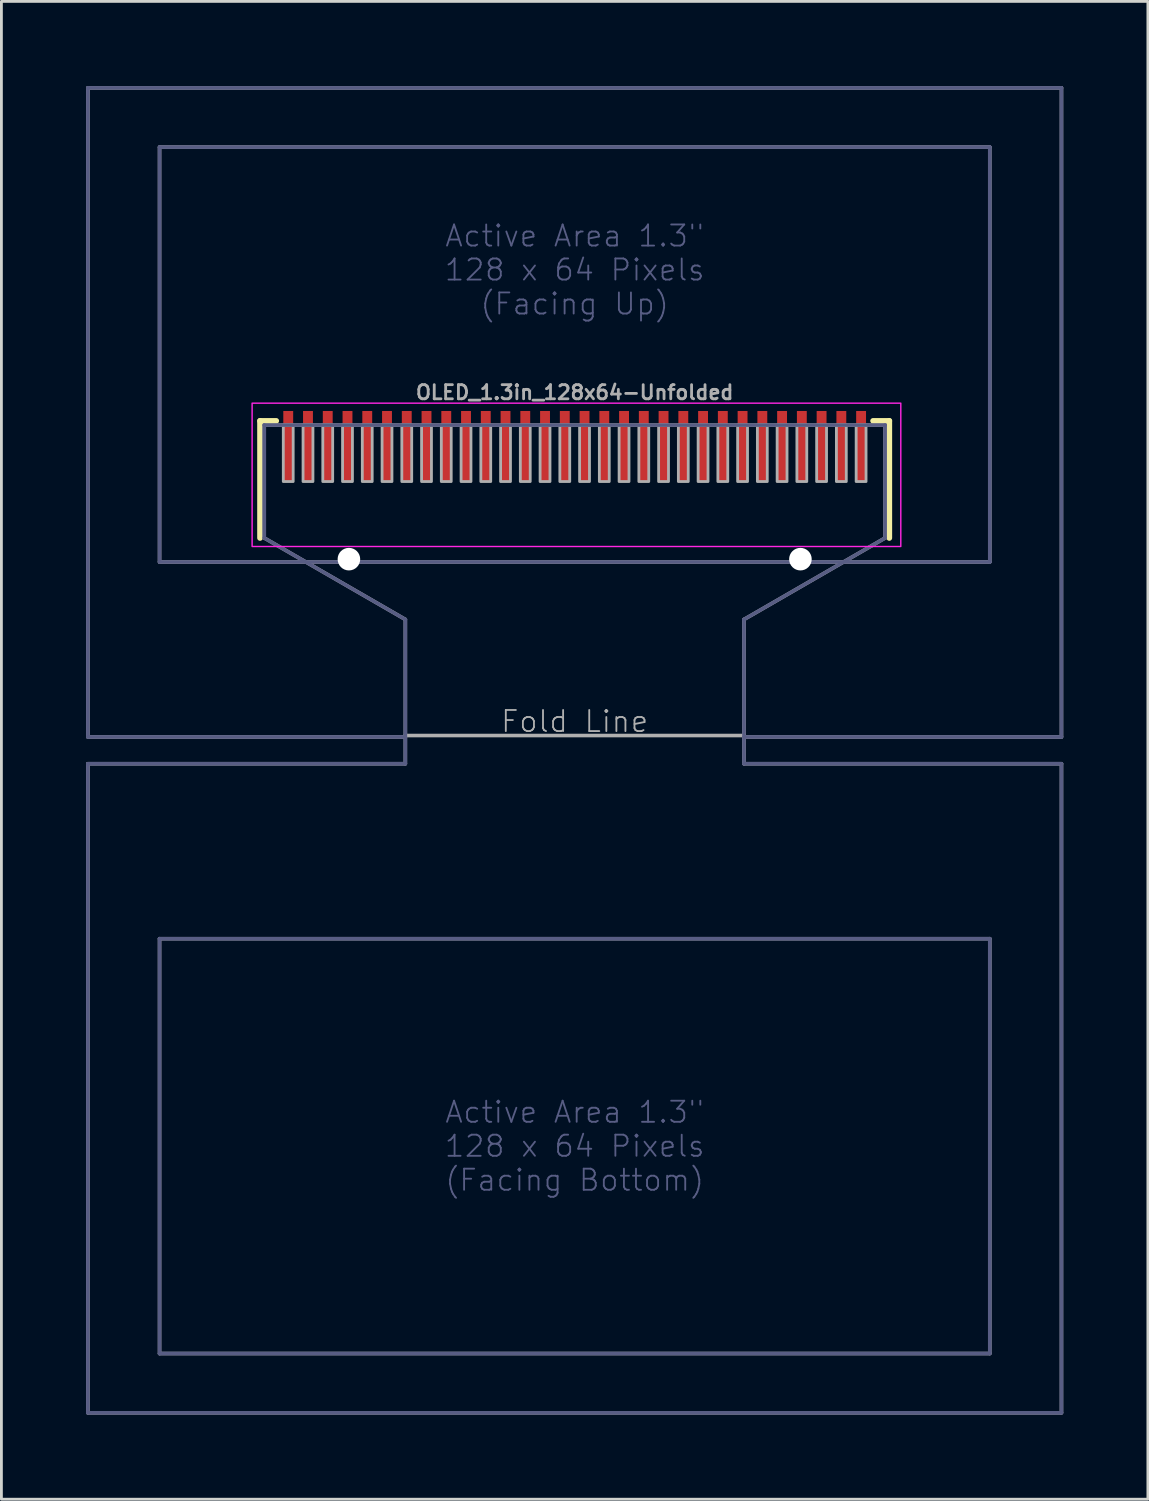
<source format=kicad_pcb>
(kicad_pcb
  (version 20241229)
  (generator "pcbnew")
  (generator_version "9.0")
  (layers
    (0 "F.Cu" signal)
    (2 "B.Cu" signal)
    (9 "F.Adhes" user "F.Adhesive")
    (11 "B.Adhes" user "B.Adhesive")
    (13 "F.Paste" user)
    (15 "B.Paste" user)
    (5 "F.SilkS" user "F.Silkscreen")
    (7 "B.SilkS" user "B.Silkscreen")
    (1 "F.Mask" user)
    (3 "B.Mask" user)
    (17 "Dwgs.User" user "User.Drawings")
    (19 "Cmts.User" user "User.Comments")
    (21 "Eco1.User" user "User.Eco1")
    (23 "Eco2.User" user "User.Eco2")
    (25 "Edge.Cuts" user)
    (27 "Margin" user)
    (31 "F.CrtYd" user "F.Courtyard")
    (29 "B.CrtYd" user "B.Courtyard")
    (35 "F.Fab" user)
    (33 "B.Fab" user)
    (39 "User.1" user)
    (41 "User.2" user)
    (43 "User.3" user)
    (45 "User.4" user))
  (footprint "OLED_1.3in_128x64-Unfolded"
    (layer "F.Cu")
    (at 17.314 13.014)
    (property "Reference" "OLED_1.3in_128x64-Unfolded" (at 0 -2.159 0) (unlocked yes) (layer "F.Fab") (effects (font (size 0.5 0.5) (thickness 0.1))))
    (fp_line (start -11.15 -1.15) (end -11.15 3) (stroke (width 0.2) (type solid)) (layer "F.SilkS"))
    (fp_line (start -10.575 -1.15) (end -11.15 -1.15) (stroke (width 0.2) (type solid)) (layer "F.SilkS"))
    (fp_line (start 10.575 -1.15) (end 11.15 -1.15) (stroke (width 0.2) (type solid)) (layer "F.SilkS"))
    (fp_line (start 11.15 -1.15) (end 11.15 3) (stroke (width 0.2) (type solid)) (layer "F.SilkS"))
    (fp_rect (start -11.43 -1.778) (end 11.557 3.302) (stroke (width 0.05) (type default)) (fill no) (layer "F.CrtYd"))
    (fp_line (start -17.25 -12.95) (end -17.25 10.05) (stroke (width 0.127) (type solid)) (layer "B.Fab"))
    (fp_line (start -17.25 10.05) (end -6 10.05) (stroke (width 0.127) (type solid)) (layer "B.Fab"))
    (fp_line (start -17.25 11) (end -17.25 34) (stroke (width 0.127) (type solid)) (layer "B.Fab"))
    (fp_line (start -17.25 34) (end 17.25 34) (stroke (width 0.127) (type solid)) (layer "B.Fab"))
    (fp_line (start -14.71 -10.85) (end -14.71 3.85) (stroke (width 0.127) (type solid)) (layer "B.Fab"))
    (fp_line (start -14.71 3.85) (end 14.71 3.85) (stroke (width 0.127) (type solid)) (layer "B.Fab"))
    (fp_line (start -14.71 17.2) (end -14.71 31.9) (stroke (width 0.127) (type solid)) (layer "B.Fab"))
    (fp_line (start -14.71 31.9) (end 14.71 31.9) (stroke (width 0.127) (type solid)) (layer "B.Fab"))
    (fp_line (start -11 -1) (end -11 3) (stroke (width 0.127) (type solid)) (layer "B.Fab"))
    (fp_line (start -11 3) (end -6 5.887) (stroke (width 0.127) (type solid)) (layer "B.Fab"))
    (fp_line (start -6 5.887) (end -6 11) (stroke (width 0.127) (type solid)) (layer "B.Fab"))
    (fp_line (start -6 11) (end -17.25 11) (stroke (width 0.127) (type solid)) (layer "B.Fab"))
    (fp_line (start 6 5.887) (end 11 3) (stroke (width 0.127) (type solid)) (layer "B.Fab"))
    (fp_line (start 6 10.05) (end 17.25 10.05) (stroke (width 0.127) (type solid)) (layer "B.Fab"))
    (fp_line (start 6 11) (end 6 5.887) (stroke (width 0.127) (type solid)) (layer "B.Fab"))
    (fp_line (start 11 -1) (end -11 -1) (stroke (width 0.127) (type solid)) (layer "B.Fab"))
    (fp_line (start 11 3) (end 11 -1) (stroke (width 0.127) (type solid)) (layer "B.Fab"))
    (fp_line (start 14.71 -10.85) (end -14.71 -10.85) (stroke (width 0.127) (type solid)) (layer "B.Fab"))
    (fp_line (start 14.71 3.85) (end 14.71 -10.85) (stroke (width 0.127) (type solid)) (layer "B.Fab"))
    (fp_line (start 14.71 17.2) (end -14.71 17.2) (stroke (width 0.127) (type solid)) (layer "B.Fab"))
    (fp_line (start 14.71 31.9) (end 14.71 17.2) (stroke (width 0.127) (type solid)) (layer "B.Fab"))
    (fp_line (start 17.25 -12.95) (end -17.25 -12.95) (stroke (width 0.127) (type solid)) (layer "B.Fab"))
    (fp_line (start 17.25 10.05) (end 17.25 -12.95) (stroke (width 0.127) (type solid)) (layer "B.Fab"))
    (fp_line (start 17.25 11) (end 6 11) (stroke (width 0.127) (type solid)) (layer "B.Fab"))
    (fp_line (start 17.25 34) (end 17.25 11) (stroke (width 0.127) (type solid)) (layer "B.Fab"))
    (fp_line (start -17.25 -12.95) (end -17.25 10.05) (stroke (width 0.127) (type solid)) (layer "F.Fab"))
    (fp_line (start -17.25 10.05) (end -6 10.05) (stroke (width 0.127) (type solid)) (layer "F.Fab"))
    (fp_line (start -17.25 11) (end -17.25 34) (stroke (width 0.127) (type solid)) (layer "F.Fab"))
    (fp_line (start -17.25 34) (end 17.25 34) (stroke (width 0.127) (type solid)) (layer "F.Fab"))
    (fp_line (start -14.71 -10.85) (end -14.71 3.85) (stroke (width 0.127) (type solid)) (layer "F.Fab"))
    (fp_line (start -14.71 3.85) (end 14.71 3.85) (stroke (width 0.127) (type solid)) (layer "F.Fab"))
    (fp_line (start -14.71 17.2) (end -14.71 31.9) (stroke (width 0.127) (type solid)) (layer "F.Fab"))
    (fp_line (start -14.71 31.9) (end 14.71 31.9) (stroke (width 0.127) (type solid)) (layer "F.Fab"))
    (fp_line (start -11 -1) (end -11 3) (stroke (width 0.127) (type solid)) (layer "F.Fab"))
    (fp_line (start -11 3) (end -6 5.887) (stroke (width 0.127) (type solid)) (layer "F.Fab"))
    (fp_line (start -6 5.887) (end -6 10) (stroke (width 0.127) (type solid)) (layer "F.Fab"))
    (fp_line (start -6 10) (end -6 11) (stroke (width 0.127) (type solid)) (layer "F.Fab"))
    (fp_line (start -6 11) (end -17.25 11) (stroke (width 0.127) (type solid)) (layer "F.Fab"))
    (fp_line (start 6 5.887) (end 11 3) (stroke (width 0.127) (type solid)) (layer "F.Fab"))
    (fp_line (start 6 10) (end -6 10) (stroke (width 0.127) (type solid)) (layer "F.Fab"))
    (fp_line (start 6 10) (end 6 5.887) (stroke (width 0.127) (type solid)) (layer "F.Fab"))
    (fp_line (start 6 10.05) (end 17.25 10.05) (stroke (width 0.127) (type solid)) (layer "F.Fab"))
    (fp_line (start 6 11) (end 6 10) (stroke (width 0.127) (type solid)) (layer "F.Fab"))
    (fp_line (start 11 -1) (end -11 -1) (stroke (width 0.127) (type solid)) (layer "F.Fab"))
    (fp_line (start 11 3) (end 11 -1) (stroke (width 0.127) (type solid)) (layer "F.Fab"))
    (fp_line (start 14.71 -10.85) (end -14.71 -10.85) (stroke (width 0.127) (type solid)) (layer "F.Fab"))
    (fp_line (start 14.71 3.85) (end 14.71 -10.85) (stroke (width 0.127) (type solid)) (layer "F.Fab"))
    (fp_line (start 14.71 17.2) (end -14.71 17.2) (stroke (width 0.127) (type solid)) (layer "F.Fab"))
    (fp_line (start 14.71 31.9) (end 14.71 17.2) (stroke (width 0.127) (type solid)) (layer "F.Fab"))
    (fp_line (start 17.25 -12.95) (end -17.25 -12.95) (stroke (width 0.127) (type solid)) (layer "F.Fab"))
    (fp_line (start 17.25 10.05) (end 17.25 -12.95) (stroke (width 0.127) (type solid)) (layer "F.Fab"))
    (fp_line (start 17.25 11) (end 6 11) (stroke (width 0.127) (type solid)) (layer "F.Fab"))
    (fp_line (start 17.25 34) (end 17.25 11) (stroke (width 0.127) (type solid)) (layer "F.Fab"))
    (fp_poly (pts (xy -10.325 1) (xy -9.975 1) (xy -9.975 -1) (xy -10.325 -1)) (stroke (width 0.1) (type default)) (fill no) (layer "F.Fab"))
    (fp_poly (pts (xy -9.625 1) (xy -9.275 1) (xy -9.275 -1) (xy -9.625 -1)) (stroke (width 0.1) (type default)) (fill no) (layer "F.Fab"))
    (fp_poly (pts (xy -8.925 1) (xy -8.575 1) (xy -8.575 -1) (xy -8.925 -1)) (stroke (width 0.1) (type default)) (fill no) (layer "F.Fab"))
    (fp_poly (pts (xy -8.225 1) (xy -7.875 1) (xy -7.875 -1) (xy -8.225 -1)) (stroke (width 0.1) (type default)) (fill no) (layer "F.Fab"))
    (fp_poly (pts (xy -7.525 1) (xy -7.175 1) (xy -7.175 -1) (xy -7.525 -1)) (stroke (width 0.1) (type default)) (fill no) (layer "F.Fab"))
    (fp_poly (pts (xy -6.825 1) (xy -6.475 1) (xy -6.475 -1) (xy -6.825 -1)) (stroke (width 0.1) (type default)) (fill no) (layer "F.Fab"))
    (fp_poly (pts (xy -6.125 1) (xy -5.775 1) (xy -5.775 -1) (xy -6.125 -1)) (stroke (width 0.1) (type default)) (fill no) (layer "F.Fab"))
    (fp_poly (pts (xy -5.425 1) (xy -5.075 1) (xy -5.075 -1) (xy -5.425 -1)) (stroke (width 0.1) (type default)) (fill no) (layer "F.Fab"))
    (fp_poly (pts (xy -4.725 1) (xy -4.375 1) (xy -4.375 -1) (xy -4.725 -1)) (stroke (width 0.1) (type default)) (fill no) (layer "F.Fab"))
    (fp_poly (pts (xy -4.025 1) (xy -3.675 1) (xy -3.675 -1) (xy -4.025 -1)) (stroke (width 0.1) (type default)) (fill no) (layer "F.Fab"))
    (fp_poly (pts (xy -3.325 1) (xy -2.975 1) (xy -2.975 -1) (xy -3.325 -1)) (stroke (width 0.1) (type default)) (fill no) (layer "F.Fab"))
    (fp_poly (pts (xy -2.625 1) (xy -2.275 1) (xy -2.275 -1) (xy -2.625 -1)) (stroke (width 0.1) (type default)) (fill no) (layer "F.Fab"))
    (fp_poly (pts (xy -1.925 1) (xy -1.575 1) (xy -1.575 -1) (xy -1.925 -1)) (stroke (width 0.1) (type default)) (fill no) (layer "F.Fab"))
    (fp_poly (pts (xy -1.225 1) (xy -0.875 1) (xy -0.875 -1) (xy -1.225 -1)) (stroke (width 0.1) (type default)) (fill no) (layer "F.Fab"))
    (fp_poly (pts (xy -0.525 1) (xy -0.175 1) (xy -0.175 -1) (xy -0.525 -1)) (stroke (width 0.1) (type default)) (fill no) (layer "F.Fab"))
    (fp_poly (pts (xy 0.175 1) (xy 0.525 1) (xy 0.525 -1) (xy 0.175 -1)) (stroke (width 0.1) (type default)) (fill no) (layer "F.Fab"))
    (fp_poly (pts (xy 0.875 1) (xy 1.225 1) (xy 1.225 -1) (xy 0.875 -1)) (stroke (width 0.1) (type default)) (fill no) (layer "F.Fab"))
    (fp_poly (pts (xy 1.575 1) (xy 1.925 1) (xy 1.925 -1) (xy 1.575 -1)) (stroke (width 0.1) (type default)) (fill no) (layer "F.Fab"))
    (fp_poly (pts (xy 2.275 1) (xy 2.625 1) (xy 2.625 -1) (xy 2.275 -1)) (stroke (width 0.1) (type default)) (fill no) (layer "F.Fab"))
    (fp_poly (pts (xy 2.975 1) (xy 3.325 1) (xy 3.325 -1) (xy 2.975 -1)) (stroke (width 0.1) (type default)) (fill no) (layer "F.Fab"))
    (fp_poly (pts (xy 3.675 1) (xy 4.025 1) (xy 4.025 -1) (xy 3.675 -1)) (stroke (width 0.1) (type default)) (fill no) (layer "F.Fab"))
    (fp_poly (pts (xy 4.375 1) (xy 4.725 1) (xy 4.725 -1) (xy 4.375 -1)) (stroke (width 0.1) (type default)) (fill no) (layer "F.Fab"))
    (fp_poly (pts (xy 5.075 1) (xy 5.425 1) (xy 5.425 -1) (xy 5.075 -1)) (stroke (width 0.1) (type default)) (fill no) (layer "F.Fab"))
    (fp_poly (pts (xy 5.775 1) (xy 6.125 1) (xy 6.125 -1) (xy 5.775 -1)) (stroke (width 0.1) (type default)) (fill no) (layer "F.Fab"))
    (fp_poly (pts (xy 6.475 1) (xy 6.825 1) (xy 6.825 -1) (xy 6.475 -1)) (stroke (width 0.1) (type default)) (fill no) (layer "F.Fab"))
    (fp_poly (pts (xy 7.175 1) (xy 7.525 1) (xy 7.525 -1) (xy 7.175 -1)) (stroke (width 0.1) (type default)) (fill no) (layer "F.Fab"))
    (fp_poly (pts (xy 7.875 1) (xy 8.225 1) (xy 8.225 -1) (xy 7.875 -1)) (stroke (width 0.1) (type default)) (fill no) (layer "F.Fab"))
    (fp_poly (pts (xy 8.575 1) (xy 8.925 1) (xy 8.925 -1) (xy 8.575 -1)) (stroke (width 0.1) (type default)) (fill no) (layer "F.Fab"))
    (fp_poly (pts (xy 9.275 1) (xy 9.625 1) (xy 9.625 -1) (xy 9.275 -1)) (stroke (width 0.1) (type default)) (fill no) (layer "F.Fab"))
    (fp_poly (pts (xy 9.975 1) (xy 10.325 1) (xy 10.325 -1) (xy 9.975 -1)) (stroke (width 0.1) (type default)) (fill no) (layer "F.Fab"))
    (fp_text user "Active Area 1.3\"\n128 x 64 Pixels\n(Facing Bottom)" (at 0 24.55 0) (unlocked yes) (layer "B.Fab") (effects (font (size 0.748 0.748) (thickness 0.065))))
    (fp_text user "Active Area 1.3\"\n128 x 64 Pixels\n(Facing Up)" (at 0 -6.5 0) (unlocked yes) (layer "B.Fab") (effects (font (size 0.748 0.748) (thickness 0.065))))
    (fp_text user "Fold Line" (at 0 9.5 0) (unlocked yes) (layer "F.Fab") (effects (font (size 0.748 0.748) (thickness 0.065))))
    (pad "" np_thru_hole circle (at -8 3.75) (size 0.8 0.8) (drill 0.8) (layers "*.Cu" "*.Mask"))
    (pad "" np_thru_hole circle (at 8 3.75) (size 0.8 0.8) (drill 0.8) (layers "*.Cu" "*.Mask"))
    (pad "1" smd rect (at -10.15 -0.25) (size 0.35 2.5) (layers "F.Cu" "F.Mask" "F.Paste"))
    (pad "2" smd rect (at -9.45 -0.25) (size 0.35 2.5) (layers "F.Cu" "F.Mask" "F.Paste"))
    (pad "3" smd rect (at -8.75 -0.25) (size 0.35 2.5) (layers "F.Cu" "F.Mask" "F.Paste"))
    (pad "4" smd rect (at -8.05 -0.25) (size 0.35 2.5) (layers "F.Cu" "F.Mask" "F.Paste"))
    (pad "5" smd rect (at -7.35 -0.25) (size 0.35 2.5) (layers "F.Cu" "F.Mask" "F.Paste"))
    (pad "6" smd rect (at -6.65 -0.25) (size 0.35 2.5) (layers "F.Cu" "F.Mask" "F.Paste"))
    (pad "7" smd rect (at -5.95 -0.25) (size 0.35 2.5) (layers "F.Cu" "F.Mask" "F.Paste"))
    (pad "8" smd rect (at -5.25 -0.25) (size 0.35 2.5) (layers "F.Cu" "F.Mask" "F.Paste"))
    (pad "9" smd rect (at -4.55 -0.25) (size 0.35 2.5) (layers "F.Cu" "F.Mask" "F.Paste"))
    (pad "10" smd rect (at -3.85 -0.25) (size 0.35 2.5) (layers "F.Cu" "F.Mask" "F.Paste"))
    (pad "11" smd rect (at -3.15 -0.25) (size 0.35 2.5) (layers "F.Cu" "F.Mask" "F.Paste"))
    (pad "12" smd rect (at -2.45 -0.25) (size 0.35 2.5) (layers "F.Cu" "F.Mask" "F.Paste"))
    (pad "13" smd rect (at -1.75 -0.25) (size 0.35 2.5) (layers "F.Cu" "F.Mask" "F.Paste"))
    (pad "14" smd rect (at -1.05 -0.25) (size 0.35 2.5) (layers "F.Cu" "F.Mask" "F.Paste"))
    (pad "15" smd rect (at -0.35 -0.25) (size 0.35 2.5) (layers "F.Cu" "F.Mask" "F.Paste"))
    (pad "16" smd rect (at 0.35 -0.25) (size 0.35 2.5) (layers "F.Cu" "F.Mask" "F.Paste"))
    (pad "17" smd rect (at 1.05 -0.25) (size 0.35 2.5) (layers "F.Cu" "F.Mask" "F.Paste"))
    (pad "18" smd rect (at 1.75 -0.25) (size 0.35 2.5) (layers "F.Cu" "F.Mask" "F.Paste"))
    (pad "19" smd rect (at 2.45 -0.25) (size 0.35 2.5) (layers "F.Cu" "F.Mask" "F.Paste"))
    (pad "20" smd rect (at 3.15 -0.25) (size 0.35 2.5) (layers "F.Cu" "F.Mask" "F.Paste"))
    (pad "21" smd rect (at 3.85 -0.25) (size 0.35 2.5) (layers "F.Cu" "F.Mask" "F.Paste"))
    (pad "22" smd rect (at 4.55 -0.25) (size 0.35 2.5) (layers "F.Cu" "F.Mask" "F.Paste"))
    (pad "23" smd rect (at 5.25 -0.25) (size 0.35 2.5) (layers "F.Cu" "F.Mask" "F.Paste"))
    (pad "24" smd rect (at 5.95 -0.25) (size 0.35 2.5) (layers "F.Cu" "F.Mask" "F.Paste"))
    (pad "25" smd rect (at 6.65 -0.25) (size 0.35 2.5) (layers "F.Cu" "F.Mask" "F.Paste"))
    (pad "26" smd rect (at 7.35 -0.25) (size 0.35 2.5) (layers "F.Cu" "F.Mask" "F.Paste"))
    (pad "27" smd rect (at 8.05 -0.25) (size 0.35 2.5) (layers "F.Cu" "F.Mask" "F.Paste"))
    (pad "28" smd rect (at 8.75 -0.25) (size 0.35 2.5) (layers "F.Cu" "F.Mask" "F.Paste"))
    (pad "29" smd rect (at 9.45 -0.25) (size 0.35 2.5) (layers "F.Cu" "F.Mask" "F.Paste"))
    (pad "30" smd rect (at 10.15 -0.25) (size 0.35 2.5) (layers "F.Cu" "F.Mask" "F.Paste")))
  (gr_rect
    (start -3 -3)
    (end 37.627 50.077)
    (stroke (width 0.1) (type default))
    (fill no)
    (layer "Edge.Cuts")))
</source>
